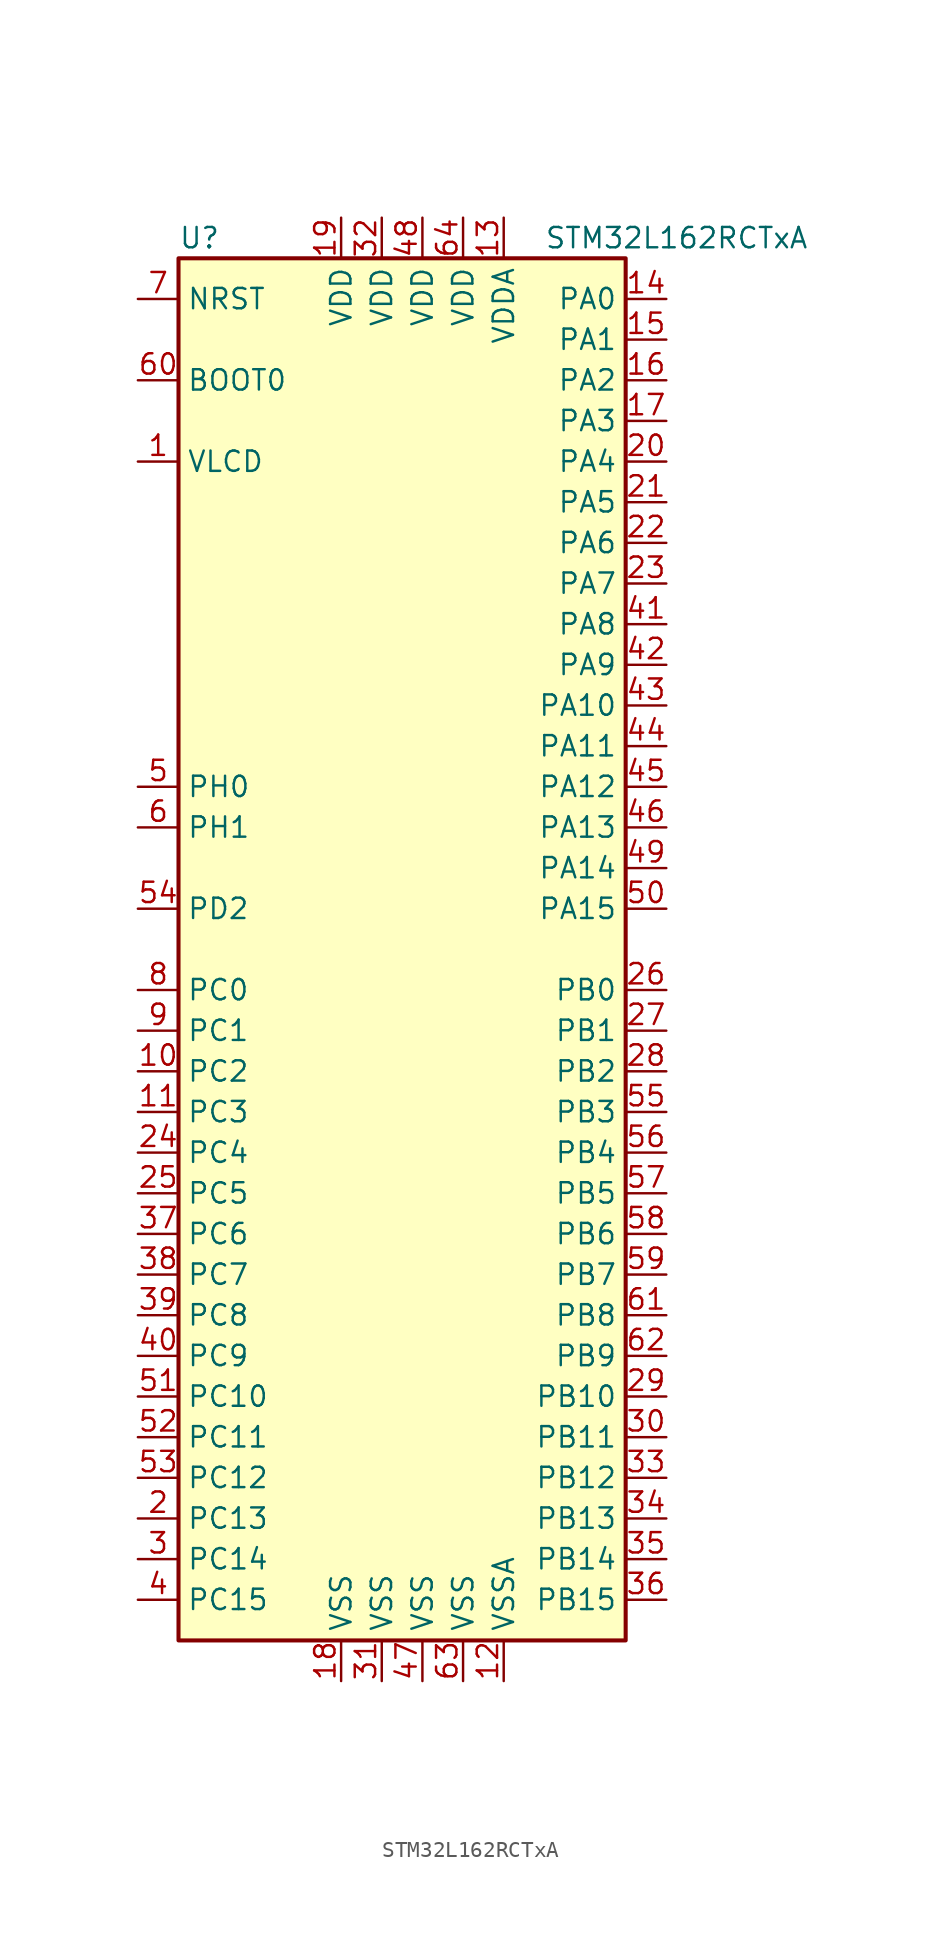
<source format=kicad_sym>
(kicad_symbol_lib
  (version 20201005)
  (generator kicad_symbol_editor)
  (symbol "STM32L162RCTxA"
    (property "Reference" "U"
      (at -15.24 44.45 0)
      (effects (font (size 1.27 1.27)) (justify left)))
    (property "Value" "STM32L162RCTxA"
      (at 7.62 44.45 0)
      (effects (font (size 1.27 1.27)) (justify left)))
    (symbol "STM32L162RCTxA_0_1"
      (rectangle (start -15.24 -43.18) (end 12.7 43.18) (stroke (width 0.254)) (fill (type background))))
    (symbol "STM32L162RCTxA_1_1"
      (pin input line (at -17.78 35.56 0) (length 2.54) (name "BOOT0" (effects (font (size 1.27 1.27)))) (number "60" (effects (font (size 1.27 1.27)))))
      (pin input line (at -17.78 40.64 0) (length 2.54) (name "NRST" (effects (font (size 1.27 1.27)))) (number "7" (effects (font (size 1.27 1.27)))))
      (pin bidirectional line (at 15.24 40.64 180) (length 2.54) (name "PA0" (effects (font (size 1.27 1.27)))) (number "14" (effects (font (size 1.27 1.27)))))
      (pin bidirectional line (at 15.24 38.1 180) (length 2.54) (name "PA1" (effects (font (size 1.27 1.27)))) (number "15" (effects (font (size 1.27 1.27)))))
      (pin bidirectional line (at 15.24 15.24 180) (length 2.54) (name "PA10" (effects (font (size 1.27 1.27)))) (number "43" (effects (font (size 1.27 1.27)))))
      (pin bidirectional line (at 15.24 12.7 180) (length 2.54) (name "PA11" (effects (font (size 1.27 1.27)))) (number "44" (effects (font (size 1.27 1.27)))))
      (pin bidirectional line (at 15.24 10.16 180) (length 2.54) (name "PA12" (effects (font (size 1.27 1.27)))) (number "45" (effects (font (size 1.27 1.27)))))
      (pin bidirectional line (at 15.24 7.62 180) (length 2.54) (name "PA13" (effects (font (size 1.27 1.27)))) (number "46" (effects (font (size 1.27 1.27)))))
      (pin bidirectional line (at 15.24 5.08 180) (length 2.54) (name "PA14" (effects (font (size 1.27 1.27)))) (number "49" (effects (font (size 1.27 1.27)))))
      (pin bidirectional line (at 15.24 2.54 180) (length 2.54) (name "PA15" (effects (font (size 1.27 1.27)))) (number "50" (effects (font (size 1.27 1.27)))))
      (pin bidirectional line (at 15.24 35.56 180) (length 2.54) (name "PA2" (effects (font (size 1.27 1.27)))) (number "16" (effects (font (size 1.27 1.27)))))
      (pin bidirectional line (at 15.24 33.02 180) (length 2.54) (name "PA3" (effects (font (size 1.27 1.27)))) (number "17" (effects (font (size 1.27 1.27)))))
      (pin bidirectional line (at 15.24 30.48 180) (length 2.54) (name "PA4" (effects (font (size 1.27 1.27)))) (number "20" (effects (font (size 1.27 1.27)))))
      (pin bidirectional line (at 15.24 27.94 180) (length 2.54) (name "PA5" (effects (font (size 1.27 1.27)))) (number "21" (effects (font (size 1.27 1.27)))))
      (pin bidirectional line (at 15.24 25.4 180) (length 2.54) (name "PA6" (effects (font (size 1.27 1.27)))) (number "22" (effects (font (size 1.27 1.27)))))
      (pin bidirectional line (at 15.24 22.86 180) (length 2.54) (name "PA7" (effects (font (size 1.27 1.27)))) (number "23" (effects (font (size 1.27 1.27)))))
      (pin bidirectional line (at 15.24 20.32 180) (length 2.54) (name "PA8" (effects (font (size 1.27 1.27)))) (number "41" (effects (font (size 1.27 1.27)))))
      (pin bidirectional line (at 15.24 17.78 180) (length 2.54) (name "PA9" (effects (font (size 1.27 1.27)))) (number "42" (effects (font (size 1.27 1.27)))))
      (pin bidirectional line (at 15.24 -2.54 180) (length 2.54) (name "PB0" (effects (font (size 1.27 1.27)))) (number "26" (effects (font (size 1.27 1.27)))))
      (pin bidirectional line (at 15.24 -5.08 180) (length 2.54) (name "PB1" (effects (font (size 1.27 1.27)))) (number "27" (effects (font (size 1.27 1.27)))))
      (pin bidirectional line (at 15.24 -27.94 180) (length 2.54) (name "PB10" (effects (font (size 1.27 1.27)))) (number "29" (effects (font (size 1.27 1.27)))))
      (pin bidirectional line (at 15.24 -30.48 180) (length 2.54) (name "PB11" (effects (font (size 1.27 1.27)))) (number "30" (effects (font (size 1.27 1.27)))))
      (pin bidirectional line (at 15.24 -33.02 180) (length 2.54) (name "PB12" (effects (font (size 1.27 1.27)))) (number "33" (effects (font (size 1.27 1.27)))))
      (pin bidirectional line (at 15.24 -35.56 180) (length 2.54) (name "PB13" (effects (font (size 1.27 1.27)))) (number "34" (effects (font (size 1.27 1.27)))))
      (pin bidirectional line (at 15.24 -38.1 180) (length 2.54) (name "PB14" (effects (font (size 1.27 1.27)))) (number "35" (effects (font (size 1.27 1.27)))))
      (pin bidirectional line (at 15.24 -40.64 180) (length 2.54) (name "PB15" (effects (font (size 1.27 1.27)))) (number "36" (effects (font (size 1.27 1.27)))))
      (pin bidirectional line (at 15.24 -7.62 180) (length 2.54) (name "PB2" (effects (font (size 1.27 1.27)))) (number "28" (effects (font (size 1.27 1.27)))))
      (pin bidirectional line (at 15.24 -10.16 180) (length 2.54) (name "PB3" (effects (font (size 1.27 1.27)))) (number "55" (effects (font (size 1.27 1.27)))))
      (pin bidirectional line (at 15.24 -12.7 180) (length 2.54) (name "PB4" (effects (font (size 1.27 1.27)))) (number "56" (effects (font (size 1.27 1.27)))))
      (pin bidirectional line (at 15.24 -15.24 180) (length 2.54) (name "PB5" (effects (font (size 1.27 1.27)))) (number "57" (effects (font (size 1.27 1.27)))))
      (pin bidirectional line (at 15.24 -17.78 180) (length 2.54) (name "PB6" (effects (font (size 1.27 1.27)))) (number "58" (effects (font (size 1.27 1.27)))))
      (pin bidirectional line (at 15.24 -20.32 180) (length 2.54) (name "PB7" (effects (font (size 1.27 1.27)))) (number "59" (effects (font (size 1.27 1.27)))))
      (pin bidirectional line (at 15.24 -22.86 180) (length 2.54) (name "PB8" (effects (font (size 1.27 1.27)))) (number "61" (effects (font (size 1.27 1.27)))))
      (pin bidirectional line (at 15.24 -25.4 180) (length 2.54) (name "PB9" (effects (font (size 1.27 1.27)))) (number "62" (effects (font (size 1.27 1.27)))))
      (pin bidirectional line (at -17.78 -2.54 0) (length 2.54) (name "PC0" (effects (font (size 1.27 1.27)))) (number "8" (effects (font (size 1.27 1.27)))))
      (pin bidirectional line (at -17.78 -5.08 0) (length 2.54) (name "PC1" (effects (font (size 1.27 1.27)))) (number "9" (effects (font (size 1.27 1.27)))))
      (pin bidirectional line (at -17.78 -27.94 0) (length 2.54) (name "PC10" (effects (font (size 1.27 1.27)))) (number "51" (effects (font (size 1.27 1.27)))))
      (pin bidirectional line (at -17.78 -30.48 0) (length 2.54) (name "PC11" (effects (font (size 1.27 1.27)))) (number "52" (effects (font (size 1.27 1.27)))))
      (pin bidirectional line (at -17.78 -33.02 0) (length 2.54) (name "PC12" (effects (font (size 1.27 1.27)))) (number "53" (effects (font (size 1.27 1.27)))))
      (pin bidirectional line (at -17.78 -35.56 0) (length 2.54) (name "PC13" (effects (font (size 1.27 1.27)))) (number "2" (effects (font (size 1.27 1.27)))))
      (pin bidirectional line (at -17.78 -38.1 0) (length 2.54) (name "PC14" (effects (font (size 1.27 1.27)))) (number "3" (effects (font (size 1.27 1.27)))))
      (pin bidirectional line (at -17.78 -40.64 0) (length 2.54) (name "PC15" (effects (font (size 1.27 1.27)))) (number "4" (effects (font (size 1.27 1.27)))))
      (pin bidirectional line (at -17.78 -7.62 0) (length 2.54) (name "PC2" (effects (font (size 1.27 1.27)))) (number "10" (effects (font (size 1.27 1.27)))))
      (pin bidirectional line (at -17.78 -10.16 0) (length 2.54) (name "PC3" (effects (font (size 1.27 1.27)))) (number "11" (effects (font (size 1.27 1.27)))))
      (pin bidirectional line (at -17.78 -12.7 0) (length 2.54) (name "PC4" (effects (font (size 1.27 1.27)))) (number "24" (effects (font (size 1.27 1.27)))))
      (pin bidirectional line (at -17.78 -15.24 0) (length 2.54) (name "PC5" (effects (font (size 1.27 1.27)))) (number "25" (effects (font (size 1.27 1.27)))))
      (pin bidirectional line (at -17.78 -17.78 0) (length 2.54) (name "PC6" (effects (font (size 1.27 1.27)))) (number "37" (effects (font (size 1.27 1.27)))))
      (pin bidirectional line (at -17.78 -20.32 0) (length 2.54) (name "PC7" (effects (font (size 1.27 1.27)))) (number "38" (effects (font (size 1.27 1.27)))))
      (pin bidirectional line (at -17.78 -22.86 0) (length 2.54) (name "PC8" (effects (font (size 1.27 1.27)))) (number "39" (effects (font (size 1.27 1.27)))))
      (pin bidirectional line (at -17.78 -25.4 0) (length 2.54) (name "PC9" (effects (font (size 1.27 1.27)))) (number "40" (effects (font (size 1.27 1.27)))))
      (pin bidirectional line (at -17.78 2.54 0) (length 2.54) (name "PD2" (effects (font (size 1.27 1.27)))) (number "54" (effects (font (size 1.27 1.27)))))
      (pin input line (at -17.78 10.16 0) (length 2.54) (name "PH0" (effects (font (size 1.27 1.27)))) (number "5" (effects (font (size 1.27 1.27)))))
      (pin input line (at -17.78 7.62 0) (length 2.54) (name "PH1" (effects (font (size 1.27 1.27)))) (number "6" (effects (font (size 1.27 1.27)))))
      (pin power_in line (at -5.08 45.72 270) (length 2.54) (name "VDD" (effects (font (size 1.27 1.27)))) (number "19" (effects (font (size 1.27 1.27)))))
      (pin power_in line (at -2.54 45.72 270) (length 2.54) (name "VDD" (effects (font (size 1.27 1.27)))) (number "32" (effects (font (size 1.27 1.27)))))
      (pin power_in line (at 0 45.72 270) (length 2.54) (name "VDD" (effects (font (size 1.27 1.27)))) (number "48" (effects (font (size 1.27 1.27)))))
      (pin power_in line (at 2.54 45.72 270) (length 2.54) (name "VDD" (effects (font (size 1.27 1.27)))) (number "64" (effects (font (size 1.27 1.27)))))
      (pin power_in line (at 5.08 45.72 270) (length 2.54) (name "VDDA" (effects (font (size 1.27 1.27)))) (number "13" (effects (font (size 1.27 1.27)))))
      (pin power_in line (at -17.78 30.48 0) (length 2.54) (name "VLCD" (effects (font (size 1.27 1.27)))) (number "1" (effects (font (size 1.27 1.27)))))
      (pin power_in line (at -5.08 -45.72 90) (length 2.54) (name "VSS" (effects (font (size 1.27 1.27)))) (number "18" (effects (font (size 1.27 1.27)))))
      (pin power_in line (at -2.54 -45.72 90) (length 2.54) (name "VSS" (effects (font (size 1.27 1.27)))) (number "31" (effects (font (size 1.27 1.27)))))
      (pin power_in line (at 0 -45.72 90) (length 2.54) (name "VSS" (effects (font (size 1.27 1.27)))) (number "47" (effects (font (size 1.27 1.27)))))
      (pin power_in line (at 2.54 -45.72 90) (length 2.54) (name "VSS" (effects (font (size 1.27 1.27)))) (number "63" (effects (font (size 1.27 1.27)))))
      (pin power_in line (at 5.08 -45.72 90) (length 2.54) (name "VSSA" (effects (font (size 1.27 1.27)))) (number "12" (effects (font (size 1.27 1.27))))))))
</source>
